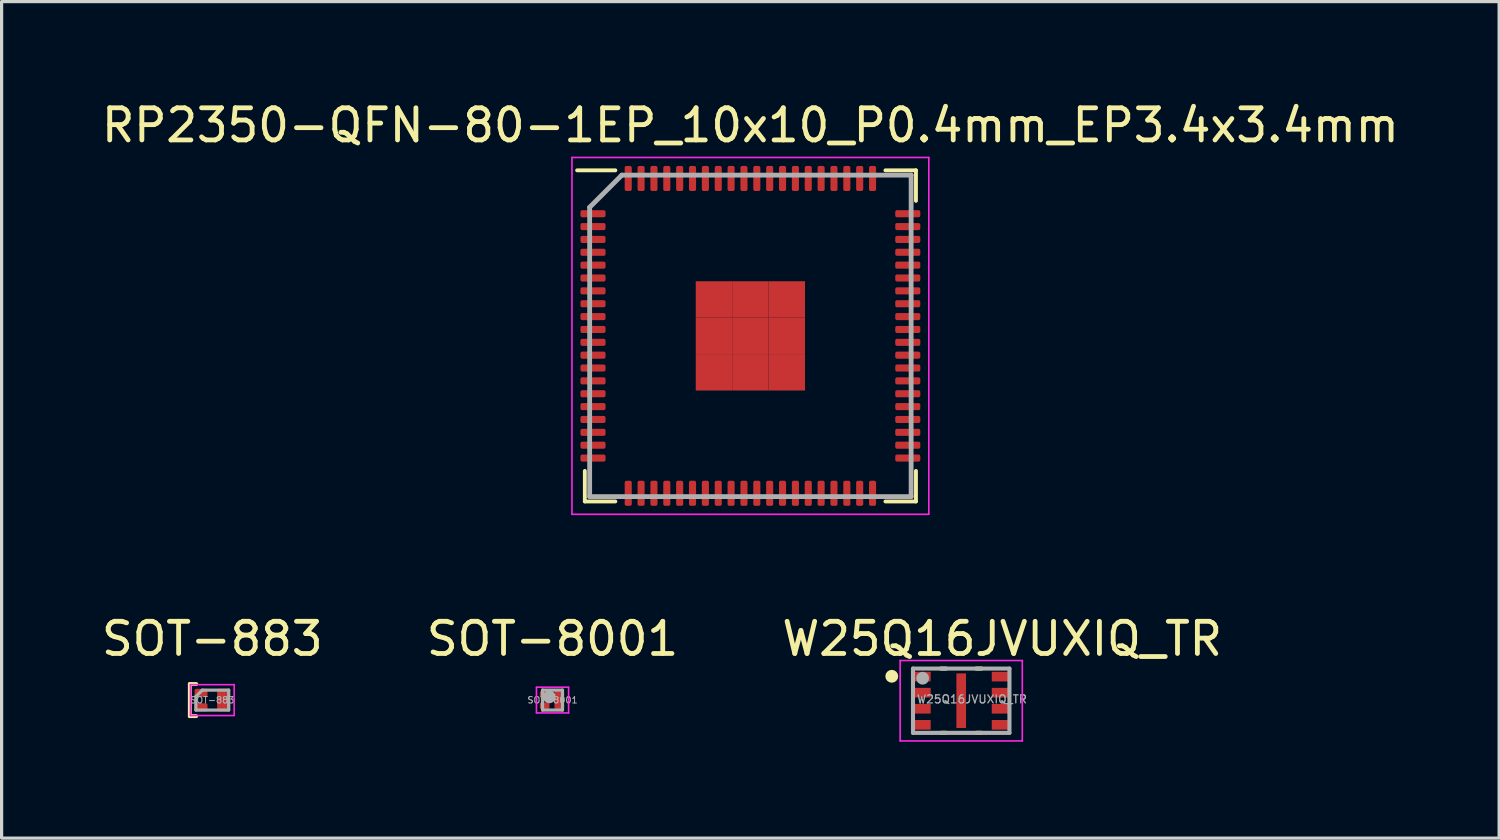
<source format=kicad_pcb>
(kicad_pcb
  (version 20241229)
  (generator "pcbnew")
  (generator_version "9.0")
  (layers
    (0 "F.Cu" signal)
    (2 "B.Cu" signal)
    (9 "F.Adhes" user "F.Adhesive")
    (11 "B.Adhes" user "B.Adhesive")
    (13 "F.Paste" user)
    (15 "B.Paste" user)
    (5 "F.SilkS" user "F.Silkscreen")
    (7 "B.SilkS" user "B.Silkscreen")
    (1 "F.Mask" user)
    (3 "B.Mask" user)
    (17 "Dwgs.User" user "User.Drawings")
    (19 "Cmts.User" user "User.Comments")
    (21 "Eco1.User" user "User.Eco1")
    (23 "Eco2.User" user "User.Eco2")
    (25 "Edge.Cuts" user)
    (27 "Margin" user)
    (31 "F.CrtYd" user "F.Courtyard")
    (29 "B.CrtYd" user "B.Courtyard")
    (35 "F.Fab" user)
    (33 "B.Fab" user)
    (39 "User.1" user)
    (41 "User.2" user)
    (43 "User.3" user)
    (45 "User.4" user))
  (footprint "SOT-883"
    (layer "F.Cu")
    (at 3.554 18.727)
    (property "Reference" "SOT-883" (at 0 -1.905 0) (layer "F.SilkS") (effects (font (size 1 1) (thickness 0.15))))
    (attr smd)
    (fp_line (start -0.7 -0.5) (end -0.5 -0.5) (stroke (width 0.12) (type solid)) (layer "F.SilkS"))
    (fp_line (start -0.7 0.5) (end -0.7 -0.5) (stroke (width 0.12) (type solid)) (layer "F.SilkS"))
    (fp_line (start -0.5 0.5) (end -0.7 0.5) (stroke (width 0.12) (type solid)) (layer "F.SilkS"))
    (fp_line (start -0.68 -0.48) (end 0.68 -0.48) (stroke (width 0.05) (type solid)) (layer "F.CrtYd"))
    (fp_line (start -0.68 0.48) (end -0.68 -0.48) (stroke (width 0.05) (type solid)) (layer "F.CrtYd"))
    (fp_line (start 0.68 -0.48) (end 0.68 0.48) (stroke (width 0.05) (type solid)) (layer "F.CrtYd"))
    (fp_line (start 0.68 0.48) (end -0.68 0.48) (stroke (width 0.05) (type solid)) (layer "F.CrtYd"))
    (fp_line (start -0.51 0.31) (end -0.51 -0.11) (stroke (width 0.1) (type solid)) (layer "F.Fab"))
    (fp_line (start -0.31 -0.31) (end -0.51 -0.11) (stroke (width 0.1) (type solid)) (layer "F.Fab"))
    (fp_line (start -0.31 -0.31) (end 0.51 -0.31) (stroke (width 0.1) (type solid)) (layer "F.Fab"))
    (fp_line (start 0.51 -0.31) (end 0.51 0.31) (stroke (width 0.1) (type solid)) (layer "F.Fab"))
    (fp_line (start 0.51 0.31) (end -0.51 0.31) (stroke (width 0.1) (type solid)) (layer "F.Fab"))
    (fp_text user "${REFERENCE}" (at 0 0 0) (layer "F.Fab") (effects (font (size 0.2 0.2) (thickness 0.03))))
    (pad "1" smd roundrect (at -0.35 -0.225) (size 0.4 0.25) (layers "F.Cu" "F.Mask" "F.Paste") (roundrect_rratio 0.2))
    (pad "2" smd roundrect (at -0.35 0.225) (size 0.4 0.25) (layers "F.Cu" "F.Mask" "F.Paste") (roundrect_rratio 0.2))
    (pad "3" smd roundrect (at 0.35 0) (size 0.4 0.7) (layers "F.Cu" "F.Mask" "F.Paste") (roundrect_rratio 0.125)))
  (footprint "W25Q16JVUXIQ_TR"
    (layer "F.Cu")
    (at 26.85 18.747)
    (property "Reference" "W25Q16JVUXIQ_TR" (at 1.275 -1.925 0) (layer "F.SilkS") (effects (font (size 1 1) (thickness 0.15))))
    (attr smd)
    (fp_line (start -0.63 -1) (end -0.47 -1) (stroke (width 0.127) (type solid)) (layer "F.SilkS"))
    (fp_line (start -0.63 1) (end -0.47 1) (stroke (width 0.127) (type solid)) (layer "F.SilkS"))
    (fp_line (start 0.63 -1) (end 0.47 -1) (stroke (width 0.127) (type solid)) (layer "F.SilkS"))
    (fp_line (start 0.63 1) (end 0.47 1) (stroke (width 0.127) (type solid)) (layer "F.SilkS"))
    (fp_circle (center -2.16 -0.76) (end -2.06 -0.76) (stroke (width 0.2) (type solid)) (fill no) (layer "F.SilkS"))
    (fp_poly (pts (xy -1.65 -0.85) (xy -1.1 -0.85) (xy -1.1 -0.65) (xy -1.65 -0.65)) (stroke (width 0.01) (type solid)) (fill yes) (layer "F.Paste"))
    (fp_poly (pts (xy -1.65 -0.35) (xy -1.1 -0.35) (xy -1.1 -0.15) (xy -1.65 -0.15)) (stroke (width 0.01) (type solid)) (fill yes) (layer "F.Paste"))
    (fp_poly (pts (xy -1.65 0.15) (xy -1.1 0.15) (xy -1.1 0.35) (xy -1.65 0.35)) (stroke (width 0.01) (type solid)) (fill yes) (layer "F.Paste"))
    (fp_poly (pts (xy -1.65 0.65) (xy -1.1 0.65) (xy -1.1 0.85) (xy -1.65 0.85)) (stroke (width 0.01) (type solid)) (fill yes) (layer "F.Paste"))
    (fp_poly (pts (xy -0.1 -0.6) (xy 0.1 -0.6) (xy 0.1 -0.1) (xy -0.1 -0.1)) (stroke (width 0.01) (type solid)) (fill yes) (layer "F.Paste"))
    (fp_poly (pts (xy -0.1 0.1) (xy 0.1 0.1) (xy 0.1 0.6) (xy -0.1 0.6)) (stroke (width 0.01) (type solid)) (fill yes) (layer "F.Paste"))
    (fp_poly (pts (xy 1.1 -0.85) (xy 1.65 -0.85) (xy 1.65 -0.65) (xy 1.1 -0.65)) (stroke (width 0.01) (type solid)) (fill yes) (layer "F.Paste"))
    (fp_poly (pts (xy 1.1 -0.35) (xy 1.65 -0.35) (xy 1.65 -0.15) (xy 1.1 -0.15)) (stroke (width 0.01) (type solid)) (fill yes) (layer "F.Paste"))
    (fp_poly (pts (xy 1.1 0.15) (xy 1.65 0.15) (xy 1.65 0.35) (xy 1.1 0.35)) (stroke (width 0.01) (type solid)) (fill yes) (layer "F.Paste"))
    (fp_poly (pts (xy 1.1 0.65) (xy 1.65 0.65) (xy 1.65 0.85) (xy 1.1 0.85)) (stroke (width 0.01) (type solid)) (fill yes) (layer "F.Paste"))
    (fp_line (start -1.9 -1.25) (end -1.9 1.25) (stroke (width 0.05) (type solid)) (layer "F.CrtYd"))
    (fp_line (start -1.9 1.25) (end 1.9 1.25) (stroke (width 0.05) (type solid)) (layer "F.CrtYd"))
    (fp_line (start 1.9 -1.25) (end -1.9 -1.25) (stroke (width 0.05) (type solid)) (layer "F.CrtYd"))
    (fp_line (start 1.9 1.25) (end 1.9 -1.25) (stroke (width 0.05) (type solid)) (layer "F.CrtYd"))
    (fp_line (start -1.5 -1) (end 1.5 -1) (stroke (width 0.127) (type solid)) (layer "F.Fab"))
    (fp_line (start -1.5 1) (end -1.5 -1) (stroke (width 0.127) (type solid)) (layer "F.Fab"))
    (fp_line (start 1.5 -1) (end 1.5 1) (stroke (width 0.127) (type solid)) (layer "F.Fab"))
    (fp_line (start 1.5 1) (end -1.5 1) (stroke (width 0.127) (type solid)) (layer "F.Fab"))
    (fp_circle (center -1.2 -0.7) (end -1.1 -0.7) (stroke (width 0.2) (type solid)) (fill no) (layer "F.Fab"))
    (fp_text user "${REFERENCE}" (at -1.4 0.1 0) (unlocked yes) (layer "F.Fab") (effects (font (size 0.25 0.25) (thickness 0.04)) (justify left bottom)))
    (pad "1" smd rect (at -1.25 -0.75) (size 0.6 0.3) (layers "F.Cu" "F.Mask"))
    (pad "2" smd rect (at -1.25 -0.25) (size 0.6 0.3) (layers "F.Cu" "F.Mask"))
    (pad "3" smd rect (at -1.25 0.25) (size 0.6 0.3) (layers "F.Cu" "F.Mask"))
    (pad "4" smd rect (at -1.25 0.75) (size 0.6 0.3) (layers "F.Cu" "F.Mask"))
    (pad "5" smd rect (at 1.25 0.75) (size 0.6 0.3) (layers "F.Cu" "F.Mask"))
    (pad "6" smd rect (at 1.25 0.25) (size 0.6 0.3) (layers "F.Cu" "F.Mask"))
    (pad "7" smd rect (at 1.25 -0.25) (size 0.6 0.3) (layers "F.Cu" "F.Mask"))
    (pad "8" smd rect (at 1.25 -0.75) (size 0.6 0.3) (layers "F.Cu" "F.Mask"))
    (pad "9" smd rect (at 0 0) (size 0.3 1.7) (layers "F.Cu" "F.Mask")))
  (footprint "RP2350-QFN-80-1EP_10x10_P0.4mm_EP3.4x3.4mm"
    (layer "F.Cu")
    (at 20.292 7.398)
    (property "Reference" "RP2350-QFN-80-1EP_10x10_P0.4mm_EP3.4x3.4mm" (at 0 -6.55 0) (layer "F.SilkS") (effects (font (size 1 1) (thickness 0.15))))
    (attr smd)
    (fp_line (start -5.15 5.15) (end -5.15 4.2) (stroke (width 0.12) (type default)) (layer "F.SilkS"))
    (fp_line (start -4.2 -5.15) (end -5.39 -5.15) (stroke (width 0.12) (type default)) (layer "F.SilkS"))
    (fp_line (start -4.2 5.15) (end -5.15 5.15) (stroke (width 0.12) (type default)) (layer "F.SilkS"))
    (fp_line (start 4.2 -5.15) (end 5.15 -5.15) (stroke (width 0.12) (type default)) (layer "F.SilkS"))
    (fp_line (start 4.2 5.15) (end 5.15 5.15) (stroke (width 0.12) (type default)) (layer "F.SilkS"))
    (fp_line (start 5.15 -5.15) (end 5.15 -4.2) (stroke (width 0.12) (type default)) (layer "F.SilkS"))
    (fp_line (start 5.15 5.15) (end 5.15 4.2) (stroke (width 0.12) (type default)) (layer "F.SilkS"))
    (fp_line (start -5.55 -5.55) (end 5.55 -5.55) (stroke (width 0.05) (type default)) (layer "F.CrtYd"))
    (fp_line (start -5.55 5.55) (end -5.55 -5.55) (stroke (width 0.05) (type default)) (layer "F.CrtYd"))
    (fp_line (start 5.55 -5.55) (end 5.55 5.55) (stroke (width 0.05) (type default)) (layer "F.CrtYd"))
    (fp_line (start 5.55 5.55) (end -5.55 5.55) (stroke (width 0.05) (type default)) (layer "F.CrtYd"))
    (fp_line (start -5 -4) (end -5 5) (stroke (width 0.15) (type default)) (layer "F.Fab"))
    (fp_line (start -5 5) (end 5 5) (stroke (width 0.15) (type default)) (layer "F.Fab"))
    (fp_line (start -4 -5) (end -5 -4) (stroke (width 0.15) (type default)) (layer "F.Fab"))
    (fp_line (start 5 -5) (end -4 -5) (stroke (width 0.15) (type default)) (layer "F.Fab"))
    (fp_line (start 5 5) (end 5 -5) (stroke (width 0.15) (type default)) (layer "F.Fab"))
    (pad "" smd roundrect (at -0.7 -0.7) (size 1.2 1.2) (layers "F.Paste") (roundrect_rratio 0.208))
    (pad "" smd roundrect (at -0.7 0.7) (size 1.2 1.2) (layers "F.Paste") (roundrect_rratio 0.208))
    (pad "" smd roundrect (at 0.7 -0.7) (size 1.2 1.2) (layers "F.Paste") (roundrect_rratio 0.208))
    (pad "" smd roundrect (at 0.7 0.7) (size 1.2 1.2) (layers "F.Paste") (roundrect_rratio 0.208))
    (pad "1" smd roundrect (at -4.896 -3.8 90) (size 0.22 0.78) (layers "F.Cu" "F.Mask" "F.Paste") (roundrect_rratio 0.25))
    (pad "2" smd roundrect (at -4.896 -3.4 90) (size 0.22 0.78) (layers "F.Cu" "F.Mask" "F.Paste") (roundrect_rratio 0.25))
    (pad "3" smd roundrect (at -4.896 -3 90) (size 0.22 0.78) (layers "F.Cu" "F.Mask" "F.Paste") (roundrect_rratio 0.25))
    (pad "4" smd roundrect (at -4.896 -2.6 90) (size 0.22 0.78) (layers "F.Cu" "F.Mask" "F.Paste") (roundrect_rratio 0.25))
    (pad "5" smd roundrect (at -4.896 -2.2 90) (size 0.22 0.78) (layers "F.Cu" "F.Mask" "F.Paste") (roundrect_rratio 0.25))
    (pad "6" smd roundrect (at -4.896 -1.8 90) (size 0.22 0.78) (layers "F.Cu" "F.Mask" "F.Paste") (roundrect_rratio 0.25))
    (pad "7" smd roundrect (at -4.896 -1.4 90) (size 0.22 0.78) (layers "F.Cu" "F.Mask" "F.Paste") (roundrect_rratio 0.25))
    (pad "8" smd roundrect (at -4.896 -1 90) (size 0.22 0.78) (layers "F.Cu" "F.Mask" "F.Paste") (roundrect_rratio 0.25))
    (pad "9" smd roundrect (at -4.896 -0.6 90) (size 0.22 0.78) (layers "F.Cu" "F.Mask" "F.Paste") (roundrect_rratio 0.25))
    (pad "10" smd roundrect (at -4.896 -0.2 90) (size 0.22 0.78) (layers "F.Cu" "F.Mask" "F.Paste") (roundrect_rratio 0.25))
    (pad "11" smd roundrect (at -4.896 0.2 90) (size 0.22 0.78) (layers "F.Cu" "F.Mask" "F.Paste") (roundrect_rratio 0.25))
    (pad "12" smd roundrect (at -4.896 0.6 90) (size 0.22 0.78) (layers "F.Cu" "F.Mask" "F.Paste") (roundrect_rratio 0.25))
    (pad "13" smd roundrect (at -4.896 1 90) (size 0.22 0.78) (layers "F.Cu" "F.Mask" "F.Paste") (roundrect_rratio 0.25))
    (pad "14" smd roundrect (at -4.896 1.4 90) (size 0.22 0.78) (layers "F.Cu" "F.Mask" "F.Paste") (roundrect_rratio 0.25))
    (pad "15" smd roundrect (at -4.896 1.8 90) (size 0.22 0.78) (layers "F.Cu" "F.Mask" "F.Paste") (roundrect_rratio 0.25))
    (pad "16" smd roundrect (at -4.896 2.2 90) (size 0.22 0.78) (layers "F.Cu" "F.Mask" "F.Paste") (roundrect_rratio 0.25))
    (pad "17" smd roundrect (at -4.896 2.6 90) (size 0.22 0.78) (layers "F.Cu" "F.Mask" "F.Paste") (roundrect_rratio 0.25))
    (pad "18" smd roundrect (at -4.896 3 90) (size 0.22 0.78) (layers "F.Cu" "F.Mask" "F.Paste") (roundrect_rratio 0.25))
    (pad "19" smd roundrect (at -4.896 3.4 90) (size 0.22 0.78) (layers "F.Cu" "F.Mask" "F.Paste") (roundrect_rratio 0.25))
    (pad "20" smd roundrect (at -4.896 3.8 90) (size 0.22 0.78) (layers "F.Cu" "F.Mask" "F.Paste") (roundrect_rratio 0.25))
    (pad "21" smd roundrect (at -3.8 4.896) (size 0.22 0.78) (layers "F.Cu" "F.Mask" "F.Paste") (roundrect_rratio 0.25))
    (pad "22" smd roundrect (at -3.4 4.896) (size 0.22 0.78) (layers "F.Cu" "F.Mask" "F.Paste") (roundrect_rratio 0.25))
    (pad "23" smd roundrect (at -3 4.896) (size 0.22 0.78) (layers "F.Cu" "F.Mask" "F.Paste") (roundrect_rratio 0.25))
    (pad "24" smd roundrect (at -2.6 4.896) (size 0.22 0.78) (layers "F.Cu" "F.Mask" "F.Paste") (roundrect_rratio 0.25))
    (pad "25" smd roundrect (at -2.2 4.896) (size 0.22 0.78) (layers "F.Cu" "F.Mask" "F.Paste") (roundrect_rratio 0.25))
    (pad "26" smd roundrect (at -1.8 4.896) (size 0.22 0.78) (layers "F.Cu" "F.Mask" "F.Paste") (roundrect_rratio 0.25))
    (pad "27" smd roundrect (at -1.4 4.896) (size 0.22 0.78) (layers "F.Cu" "F.Mask" "F.Paste") (roundrect_rratio 0.25))
    (pad "28" smd roundrect (at -1 4.896) (size 0.22 0.78) (layers "F.Cu" "F.Mask" "F.Paste") (roundrect_rratio 0.25))
    (pad "29" smd roundrect (at -0.6 4.896) (size 0.22 0.78) (layers "F.Cu" "F.Mask" "F.Paste") (roundrect_rratio 0.25))
    (pad "30" smd roundrect (at -0.2 4.896) (size 0.22 0.78) (layers "F.Cu" "F.Mask" "F.Paste") (roundrect_rratio 0.25))
    (pad "31" smd roundrect (at 0.2 4.896) (size 0.22 0.78) (layers "F.Cu" "F.Mask" "F.Paste") (roundrect_rratio 0.25))
    (pad "32" smd roundrect (at 0.6 4.896) (size 0.22 0.78) (layers "F.Cu" "F.Mask" "F.Paste") (roundrect_rratio 0.25))
    (pad "33" smd roundrect (at 1 4.896) (size 0.22 0.78) (layers "F.Cu" "F.Mask" "F.Paste") (roundrect_rratio 0.25))
    (pad "34" smd roundrect (at 1.4 4.896) (size 0.22 0.78) (layers "F.Cu" "F.Mask" "F.Paste") (roundrect_rratio 0.25))
    (pad "35" smd roundrect (at 1.8 4.896) (size 0.22 0.78) (layers "F.Cu" "F.Mask" "F.Paste") (roundrect_rratio 0.25))
    (pad "36" smd roundrect (at 2.2 4.896) (size 0.22 0.78) (layers "F.Cu" "F.Mask" "F.Paste") (roundrect_rratio 0.25))
    (pad "37" smd roundrect (at 2.6 4.896) (size 0.22 0.78) (layers "F.Cu" "F.Mask" "F.Paste") (roundrect_rratio 0.25))
    (pad "38" smd roundrect (at 3 4.896) (size 0.22 0.78) (layers "F.Cu" "F.Mask" "F.Paste") (roundrect_rratio 0.25))
    (pad "39" smd roundrect (at 3.4 4.896) (size 0.22 0.78) (layers "F.Cu" "F.Mask" "F.Paste") (roundrect_rratio 0.25))
    (pad "40" smd roundrect (at 3.8 4.896) (size 0.22 0.78) (layers "F.Cu" "F.Mask" "F.Paste") (roundrect_rratio 0.25))
    (pad "41" smd roundrect (at 4.896 3.8 90) (size 0.22 0.78) (layers "F.Cu" "F.Mask" "F.Paste") (roundrect_rratio 0.25))
    (pad "42" smd roundrect (at 4.896 3.4 90) (size 0.22 0.78) (layers "F.Cu" "F.Mask" "F.Paste") (roundrect_rratio 0.25))
    (pad "43" smd roundrect (at 4.896 3 90) (size 0.22 0.78) (layers "F.Cu" "F.Mask" "F.Paste") (roundrect_rratio 0.25))
    (pad "44" smd roundrect (at 4.896 2.6 90) (size 0.22 0.78) (layers "F.Cu" "F.Mask" "F.Paste") (roundrect_rratio 0.25))
    (pad "45" smd roundrect (at 4.896 2.2 90) (size 0.22 0.78) (layers "F.Cu" "F.Mask" "F.Paste") (roundrect_rratio 0.25))
    (pad "46" smd roundrect (at 4.896 1.8 90) (size 0.22 0.78) (layers "F.Cu" "F.Mask" "F.Paste") (roundrect_rratio 0.25))
    (pad "47" smd roundrect (at 4.896 1.4 90) (size 0.22 0.78) (layers "F.Cu" "F.Mask" "F.Paste") (roundrect_rratio 0.25))
    (pad "48" smd roundrect (at 4.896 1 90) (size 0.22 0.78) (layers "F.Cu" "F.Mask" "F.Paste") (roundrect_rratio 0.25))
    (pad "49" smd roundrect (at 4.896 0.6 90) (size 0.22 0.78) (layers "F.Cu" "F.Mask" "F.Paste") (roundrect_rratio 0.25))
    (pad "50" smd roundrect (at 4.896 0.2 90) (size 0.22 0.78) (layers "F.Cu" "F.Mask" "F.Paste") (roundrect_rratio 0.25))
    (pad "51" smd roundrect (at 4.896 -0.2 90) (size 0.22 0.78) (layers "F.Cu" "F.Mask" "F.Paste") (roundrect_rratio 0.25))
    (pad "52" smd roundrect (at 4.896 -0.6 90) (size 0.22 0.78) (layers "F.Cu" "F.Mask" "F.Paste") (roundrect_rratio 0.25))
    (pad "53" smd roundrect (at 4.896 -1 90) (size 0.22 0.78) (layers "F.Cu" "F.Mask" "F.Paste") (roundrect_rratio 0.25))
    (pad "54" smd roundrect (at 4.896 -1.4 90) (size 0.22 0.78) (layers "F.Cu" "F.Mask" "F.Paste") (roundrect_rratio 0.25))
    (pad "55" smd roundrect (at 4.896 -1.8 90) (size 0.22 0.78) (layers "F.Cu" "F.Mask" "F.Paste") (roundrect_rratio 0.25))
    (pad "56" smd roundrect (at 4.896 -2.2 90) (size 0.22 0.78) (layers "F.Cu" "F.Mask" "F.Paste") (roundrect_rratio 0.25))
    (pad "57" smd roundrect (at 4.896 -2.6 90) (size 0.22 0.78) (layers "F.Cu" "F.Mask" "F.Paste") (roundrect_rratio 0.25))
    (pad "58" smd roundrect (at 4.896 -3 90) (size 0.22 0.78) (layers "F.Cu" "F.Mask" "F.Paste") (roundrect_rratio 0.25))
    (pad "59" smd roundrect (at 4.896 -3.4 90) (size 0.22 0.78) (layers "F.Cu" "F.Mask" "F.Paste") (roundrect_rratio 0.25))
    (pad "60" smd roundrect (at 4.896 -3.8 90) (size 0.22 0.78) (layers "F.Cu" "F.Mask" "F.Paste") (roundrect_rratio 0.25))
    (pad "61" smd roundrect (at 3.8 -4.896) (size 0.22 0.78) (layers "F.Cu" "F.Mask" "F.Paste") (roundrect_rratio 0.25))
    (pad "62" smd roundrect (at 3.4 -4.896) (size 0.22 0.78) (layers "F.Cu" "F.Mask" "F.Paste") (roundrect_rratio 0.25))
    (pad "63" smd roundrect (at 3 -4.896) (size 0.22 0.78) (layers "F.Cu" "F.Mask" "F.Paste") (roundrect_rratio 0.25))
    (pad "64" smd roundrect (at 2.6 -4.896) (size 0.22 0.78) (layers "F.Cu" "F.Mask" "F.Paste") (roundrect_rratio 0.25))
    (pad "65" smd roundrect (at 2.2 -4.896) (size 0.22 0.78) (layers "F.Cu" "F.Mask" "F.Paste") (roundrect_rratio 0.25))
    (pad "66" smd roundrect (at 1.8 -4.896) (size 0.22 0.78) (layers "F.Cu" "F.Mask" "F.Paste") (roundrect_rratio 0.25))
    (pad "67" smd roundrect (at 1.4 -4.896) (size 0.22 0.78) (layers "F.Cu" "F.Mask" "F.Paste") (roundrect_rratio 0.25))
    (pad "68" smd roundrect (at 1 -4.896) (size 0.22 0.78) (layers "F.Cu" "F.Mask" "F.Paste") (roundrect_rratio 0.25))
    (pad "69" smd roundrect (at 0.6 -4.896) (size 0.22 0.78) (layers "F.Cu" "F.Mask" "F.Paste") (roundrect_rratio 0.25))
    (pad "70" smd roundrect (at 0.2 -4.896) (size 0.22 0.78) (layers "F.Cu" "F.Mask" "F.Paste") (roundrect_rratio 0.25))
    (pad "71" smd roundrect (at -0.2 -4.896) (size 0.22 0.78) (layers "F.Cu" "F.Mask" "F.Paste") (roundrect_rratio 0.25))
    (pad "72" smd roundrect (at -0.6 -4.896) (size 0.22 0.78) (layers "F.Cu" "F.Mask" "F.Paste") (roundrect_rratio 0.25))
    (pad "73" smd roundrect (at -1 -4.896) (size 0.22 0.78) (layers "F.Cu" "F.Mask" "F.Paste") (roundrect_rratio 0.25))
    (pad "74" smd roundrect (at -1.4 -4.896) (size 0.22 0.78) (layers "F.Cu" "F.Mask" "F.Paste") (roundrect_rratio 0.25))
    (pad "75" smd roundrect (at -1.8 -4.896) (size 0.22 0.78) (layers "F.Cu" "F.Mask" "F.Paste") (roundrect_rratio 0.25))
    (pad "76" smd roundrect (at -2.2 -4.896) (size 0.22 0.78) (layers "F.Cu" "F.Mask" "F.Paste") (roundrect_rratio 0.25))
    (pad "77" smd roundrect (at -2.6 -4.896) (size 0.22 0.78) (layers "F.Cu" "F.Mask" "F.Paste") (roundrect_rratio 0.25))
    (pad "78" smd roundrect (at -3 -4.896) (size 0.22 0.78) (layers "F.Cu" "F.Mask" "F.Paste") (roundrect_rratio 0.25))
    (pad "79" smd roundrect (at -3.4 -4.896) (size 0.22 0.78) (layers "F.Cu" "F.Mask" "F.Paste") (roundrect_rratio 0.25))
    (pad "80" smd roundrect (at -3.8 -4.896) (size 0.22 0.78) (layers "F.Cu" "F.Mask" "F.Paste") (roundrect_rratio 0.25))
    (pad "81" smd rect (at -1.133 -1.133) (size 1.133 1.133) (layers "F.Cu" "F.Mask" "F.Paste"))
    (pad "81" smd rect (at -1.133 0) (size 1.133 1.133) (layers "F.Cu" "F.Mask" "F.Paste"))
    (pad "81" smd rect (at -1.133 1.133) (size 1.133 1.133) (layers "F.Cu" "F.Mask" "F.Paste"))
    (pad "81" smd rect (at 0 -1.133) (size 1.133 1.133) (layers "F.Cu" "F.Mask" "F.Paste"))
    (pad "81" smd rect (at 0 0) (size 1.133 1.133) (layers "F.Cu" "F.Mask" "F.Paste"))
    (pad "81" smd rect (at 0 1.133) (size 1.133 1.133) (layers "F.Cu" "F.Mask" "F.Paste"))
    (pad "81" smd rect (at 1.133 -1.133) (size 1.133 1.133) (layers "F.Cu" "F.Mask" "F.Paste"))
    (pad "81" smd rect (at 1.133 0) (size 1.133 1.133) (layers "F.Cu" "F.Mask" "F.Paste"))
    (pad "81" smd rect (at 1.133 1.133) (size 1.133 1.133) (layers "F.Cu" "F.Mask" "F.Paste")))
  (footprint "SOT-8001"
    (layer "F.Cu")
    (at 14.137 18.727)
    (property "Reference" "SOT-8001" (at 0 -1.905 0) (layer "F.SilkS") (effects (font (size 1 1) (thickness 0.15))))
    (attr smd)
    (fp_line (start -0.5 -0.4) (end 0.5 -0.4) (stroke (width 0.05) (type solid)) (layer "F.CrtYd"))
    (fp_line (start -0.5 0.4) (end -0.5 -0.4) (stroke (width 0.05) (type solid)) (layer "F.CrtYd"))
    (fp_line (start 0.5 -0.4) (end 0.5 0.4) (stroke (width 0.05) (type solid)) (layer "F.CrtYd"))
    (fp_line (start 0.5 0.4) (end -0.5 0.4) (stroke (width 0.05) (type solid)) (layer "F.CrtYd"))
    (fp_line (start -0.31 -0.31) (end 0.31 -0.31) (stroke (width 0.1) (type solid)) (layer "F.Fab"))
    (fp_line (start -0.31 0.31) (end -0.31 -0.31) (stroke (width 0.1) (type solid)) (layer "F.Fab"))
    (fp_line (start 0.31 -0.31) (end 0.31 0.31) (stroke (width 0.1) (type solid)) (layer "F.Fab"))
    (fp_line (start 0.31 0.31) (end -0.31 0.31) (stroke (width 0.1) (type solid)) (layer "F.Fab"))
    (fp_circle (center -0.1 -0.1) (end 0 -0.1) (stroke (width 0.2) (type solid)) (fill no) (layer "F.Fab"))
    (fp_text user "${REFERENCE}" (at 0 0 0) (layer "F.Fab") (effects (font (size 0.2 0.2) (thickness 0.03))))
    (pad "1" smd roundrect (at -0.245 -0.175) (size 0.3 0.2) (layers "F.Cu" "F.Mask" "F.Paste") (roundrect_rratio 0.2))
    (pad "2" smd roundrect (at -0.245 0.175) (size 0.3 0.2) (layers "F.Cu" "F.Mask" "F.Paste") (roundrect_rratio 0.2))
    (pad "3" smd roundrect (at 0.21 0) (size 0.3 0.55) (layers "F.Cu" "F.Mask" "F.Paste") (roundrect_rratio 0.125)))
  (gr_rect
    (start -3 -3)
    (end 43.583 23.021)
    (stroke (width 0.1) (type default))
    (fill no)
    (layer "Edge.Cuts")))
</source>
